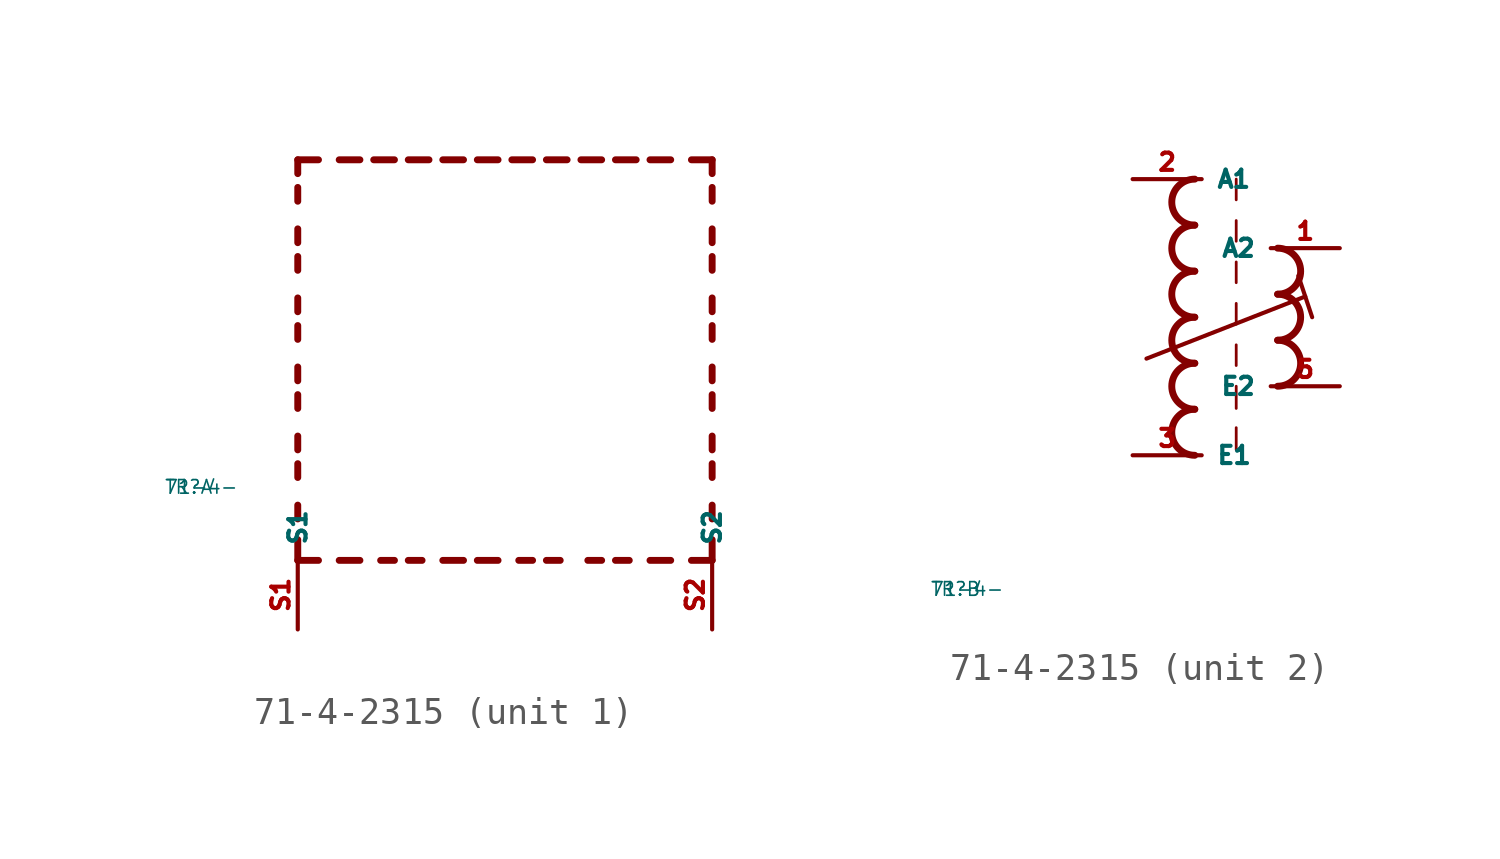
<source format=kicad_sym>
(kicad_symbol_lib
  (version 20220914)
  (generator kicad_symbol_editor)
  (symbol "71-4-2315"
    (property "Reference" "TR"
      (at -10 -10 0)
      (effects (font (size 0.5 0.5) (thickness 0.06)) (justify left)))
    (property "Value" "71-4-"
      (at -10 -10 0)
      (effects (font (size 0.5 0.5) (thickness 0.06)) (justify left)))
    (symbol "71-4-2315_1_0"
      (polyline (pts (xy -5.08 -12.7) (xy -5.08 -11.938)) (stroke (width 0.254) (type default)) (fill (type none)))
      (polyline (pts (xy -5.08 -12.7) (xy -4.318 -12.7)) (stroke (width 0.254) (type default)) (fill (type none)))
      (polyline (pts (xy -5.08 -11.176) (xy -5.08 -10.668)) (stroke (width 0.254) (type default)) (fill (type none)))
      (polyline (pts (xy -5.08 -9.652) (xy -5.08 -9.144)) (stroke (width 0.254) (type default)) (fill (type none)))
      (polyline (pts (xy -5.08 -8.636) (xy -5.08 -8.128)) (stroke (width 0.254) (type default)) (fill (type none)))
      (polyline (pts (xy -5.08 -7.112) (xy -5.08 -6.604)) (stroke (width 0.254) (type default)) (fill (type none)))
      (polyline (pts (xy -5.08 -6.096) (xy -5.08 -5.588)) (stroke (width 0.254) (type default)) (fill (type none)))
      (polyline (pts (xy -5.08 -4.572) (xy -5.08 -4.064)) (stroke (width 0.254) (type default)) (fill (type none)))
      (polyline (pts (xy -5.08 -3.556) (xy -5.08 -3.048)) (stroke (width 0.254) (type default)) (fill (type none)))
      (polyline (pts (xy -5.08 -2.032) (xy -5.08 -1.524)) (stroke (width 0.254) (type default)) (fill (type none)))
      (polyline (pts (xy -5.08 -1.016) (xy -5.08 -0.508)) (stroke (width 0.254) (type default)) (fill (type none)))
      (polyline (pts (xy -5.08 0.508) (xy -5.08 1.016)) (stroke (width 0.254) (type default)) (fill (type none)))
      (polyline (pts (xy -5.08 1.524) (xy -5.08 2.032)) (stroke (width 0.254) (type default)) (fill (type none)))
      (polyline (pts (xy -5.08 2.032) (xy -4.318 2.032)) (stroke (width 0.254) (type default)) (fill (type none)))
      (polyline (pts (xy -3.556 -12.7) (xy -2.794 -12.7)) (stroke (width 0.254) (type default)) (fill (type none)))
      (polyline (pts (xy -3.556 2.032) (xy -2.794 2.032)) (stroke (width 0.254) (type default)) (fill (type none)))
      (polyline (pts (xy -1.524 -12.7) (xy -2.032 -12.7)) (stroke (width 0.254) (type default)) (fill (type none)))
      (polyline (pts (xy -1.524 2.032) (xy -2.286 2.032)) (stroke (width 0.254) (type default)) (fill (type none)))
      (polyline (pts (xy -1.016 2.032) (xy -0.254 2.032)) (stroke (width 0.254) (type default)) (fill (type none)))
      (polyline (pts (xy -0.508 -12.7) (xy -1.016 -12.7)) (stroke (width 0.254) (type default)) (fill (type none)))
      (polyline (pts (xy 1.016 -12.7) (xy 0.254 -12.7)) (stroke (width 0.254) (type default)) (fill (type none)))
      (polyline (pts (xy 1.016 2.032) (xy 0.254 2.032)) (stroke (width 0.254) (type default)) (fill (type none)))
      (polyline (pts (xy 1.524 -12.7) (xy 2.286 -12.7)) (stroke (width 0.254) (type default)) (fill (type none)))
      (polyline (pts (xy 1.524 2.032) (xy 2.286 2.032)) (stroke (width 0.254) (type default)) (fill (type none)))
      (polyline (pts (xy 3.556 -12.7) (xy 3.048 -12.7)) (stroke (width 0.254) (type default)) (fill (type none)))
      (polyline (pts (xy 3.556 2.032) (xy 2.794 2.032)) (stroke (width 0.254) (type default)) (fill (type none)))
      (polyline (pts (xy 4.064 2.032) (xy 4.826 2.032)) (stroke (width 0.254) (type default)) (fill (type none)))
      (polyline (pts (xy 4.572 -12.7) (xy 4.064 -12.7)) (stroke (width 0.254) (type default)) (fill (type none)))
      (polyline (pts (xy 6.096 -12.7) (xy 5.588 -12.7)) (stroke (width 0.254) (type default)) (fill (type none)))
      (polyline (pts (xy 6.096 2.032) (xy 5.334 2.032)) (stroke (width 0.254) (type default)) (fill (type none)))
      (polyline (pts (xy 6.604 2.032) (xy 7.366 2.032)) (stroke (width 0.254) (type default)) (fill (type none)))
      (polyline (pts (xy 7.112 -12.7) (xy 6.604 -12.7)) (stroke (width 0.254) (type default)) (fill (type none)))
      (polyline (pts (xy 8.636 -12.7) (xy 7.874 -12.7)) (stroke (width 0.254) (type default)) (fill (type none)))
      (polyline (pts (xy 8.636 2.032) (xy 7.874 2.032)) (stroke (width 0.254) (type default)) (fill (type none)))
      (polyline (pts (xy 10.16 -12.7) (xy 9.398 -12.7)) (stroke (width 0.254) (type default)) (fill (type none)))
      (polyline (pts (xy 10.16 -12.7) (xy 10.16 -11.938)) (stroke (width 0.254) (type default)) (fill (type none)))
      (polyline (pts (xy 10.16 -11.176) (xy 10.16 -10.668)) (stroke (width 0.254) (type default)) (fill (type none)))
      (polyline (pts (xy 10.16 -9.652) (xy 10.16 -9.144)) (stroke (width 0.254) (type default)) (fill (type none)))
      (polyline (pts (xy 10.16 -8.636) (xy 10.16 -8.128)) (stroke (width 0.254) (type default)) (fill (type none)))
      (polyline (pts (xy 10.16 -7.112) (xy 10.16 -6.604)) (stroke (width 0.254) (type default)) (fill (type none)))
      (polyline (pts (xy 10.16 -6.096) (xy 10.16 -5.588)) (stroke (width 0.254) (type default)) (fill (type none)))
      (polyline (pts (xy 10.16 -4.572) (xy 10.16 -4.064)) (stroke (width 0.254) (type default)) (fill (type none)))
      (polyline (pts (xy 10.16 -3.556) (xy 10.16 -3.048)) (stroke (width 0.254) (type default)) (fill (type none)))
      (polyline (pts (xy 10.16 -2.032) (xy 10.16 -1.524)) (stroke (width 0.254) (type default)) (fill (type none)))
      (polyline (pts (xy 10.16 -1.016) (xy 10.16 -0.508)) (stroke (width 0.254) (type default)) (fill (type none)))
      (polyline (pts (xy 10.16 0.508) (xy 10.16 1.016)) (stroke (width 0.254) (type default)) (fill (type none)))
      (polyline (pts (xy 10.16 1.524) (xy 10.16 2.032)) (stroke (width 0.254) (type default)) (fill (type none)))
      (polyline (pts (xy 10.16 2.032) (xy 9.398 2.032)) (stroke (width 0.254) (type default)) (fill (type none)))
      (pin passive line (at -5.08 -15.24 90) (length 2.54) (name "S1" (effects (font (size 0.635 0.635)))) (number "S1" (effects (font (size 0.635 0.635)))))
      (pin passive line (at 10.16 -15.24 90) (length 2.54) (name "S2" (effects (font (size 0.635 0.635)))) (number "S2" (effects (font (size 0.635 0.635))))))
    (symbol "71-4-2315_2_0"
      (arc (start -0.254 -3.3866) (mid -1.1004 -4.2333) (end -0.254 -5.08) (stroke (width 0.254) (type default)) (fill (type none)))
      (arc (start -0.254 -1.6932) (mid -1.1004 -2.5399) (end -0.254 -3.3866) (stroke (width 0.254) (type default)) (fill (type none)))
      (arc (start -0.254 0) (mid -1.1004 -0.8467) (end -0.254 -1.6934) (stroke (width 0.254) (type default)) (fill (type none)))
      (arc (start -0.254 1.6934) (mid -1.1004 0.8467) (end -0.254 0) (stroke (width 0.254) (type default)) (fill (type none)))
      (arc (start -0.254 3.3866) (mid -1.1002 2.54) (end -0.254 1.6934) (stroke (width 0.254) (type default)) (fill (type none)))
      (arc (start -0.254 5.08) (mid -1.1004 4.2333) (end -0.254 3.3866) (stroke (width 0.254) (type default)) (fill (type none)))
      (polyline (pts (xy -2.032 -1.524) (xy 3.81 0.762)) (stroke (width 0.152) (type default)) (fill (type none)))
      (polyline (pts (xy 1.27 -4.064) (xy 1.27 -4.88)) (stroke (width 0.102) (type default)) (fill (type none)))
      (polyline (pts (xy 1.27 -2.54) (xy 1.27 -3.356)) (stroke (width 0.102) (type default)) (fill (type none)))
      (polyline (pts (xy 1.27 -1.016) (xy 1.27 -1.778)) (stroke (width 0.102) (type default)) (fill (type none)))
      (polyline (pts (xy 1.27 0.508) (xy 1.27 -0.254)) (stroke (width 0.102) (type default)) (fill (type none)))
      (polyline (pts (xy 1.27 2.032) (xy 1.27 1.27)) (stroke (width 0.102) (type default)) (fill (type none)))
      (polyline (pts (xy 1.27 3.556) (xy 1.27 2.794)) (stroke (width 0.102) (type default)) (fill (type none)))
      (polyline (pts (xy 1.27 5.08) (xy 1.27 4.318)) (stroke (width 0.102) (type default)) (fill (type none)))
      (polyline (pts (xy 3.556 1.524) (xy 4.064 0)) (stroke (width 0.152) (type default)) (fill (type none)))
      (arc (start 2.794 -2.54) (mid 3.6404 -1.6933) (end 2.794 -0.8466) (stroke (width 0.254) (type default)) (fill (type none)))
      (arc (start 2.794 -0.8466) (mid 3.6402 0) (end 2.794 0.8466) (stroke (width 0.254) (type default)) (fill (type none)))
      (arc (start 2.794 0.8466) (mid 3.6404 1.6933) (end 2.794 2.54) (stroke (width 0.254) (type default)) (fill (type none)))
      (pin passive line (at 5.08 2.54 180) (length 2.54) (name "A2" (effects (font (size 0.635 0.635)))) (number "1" (effects (font (size 0.635 0.635)))))
      (pin passive line (at -2.54 5.08 0) (length 2.54) (name "A1" (effects (font (size 0.635 0.635)))) (number "2" (effects (font (size 0.635 0.635)))))
      (pin passive line (at -2.54 -5.08 0) (length 2.54) (name "E1" (effects (font (size 0.635 0.635)))) (number "3" (effects (font (size 0.635 0.635)))))
      (pin passive line (at 5.08 -2.54 180) (length 2.54) (name "E2" (effects (font (size 0.635 0.635)))) (number "5" (effects (font (size 0.635 0.635))))))))
</source>
